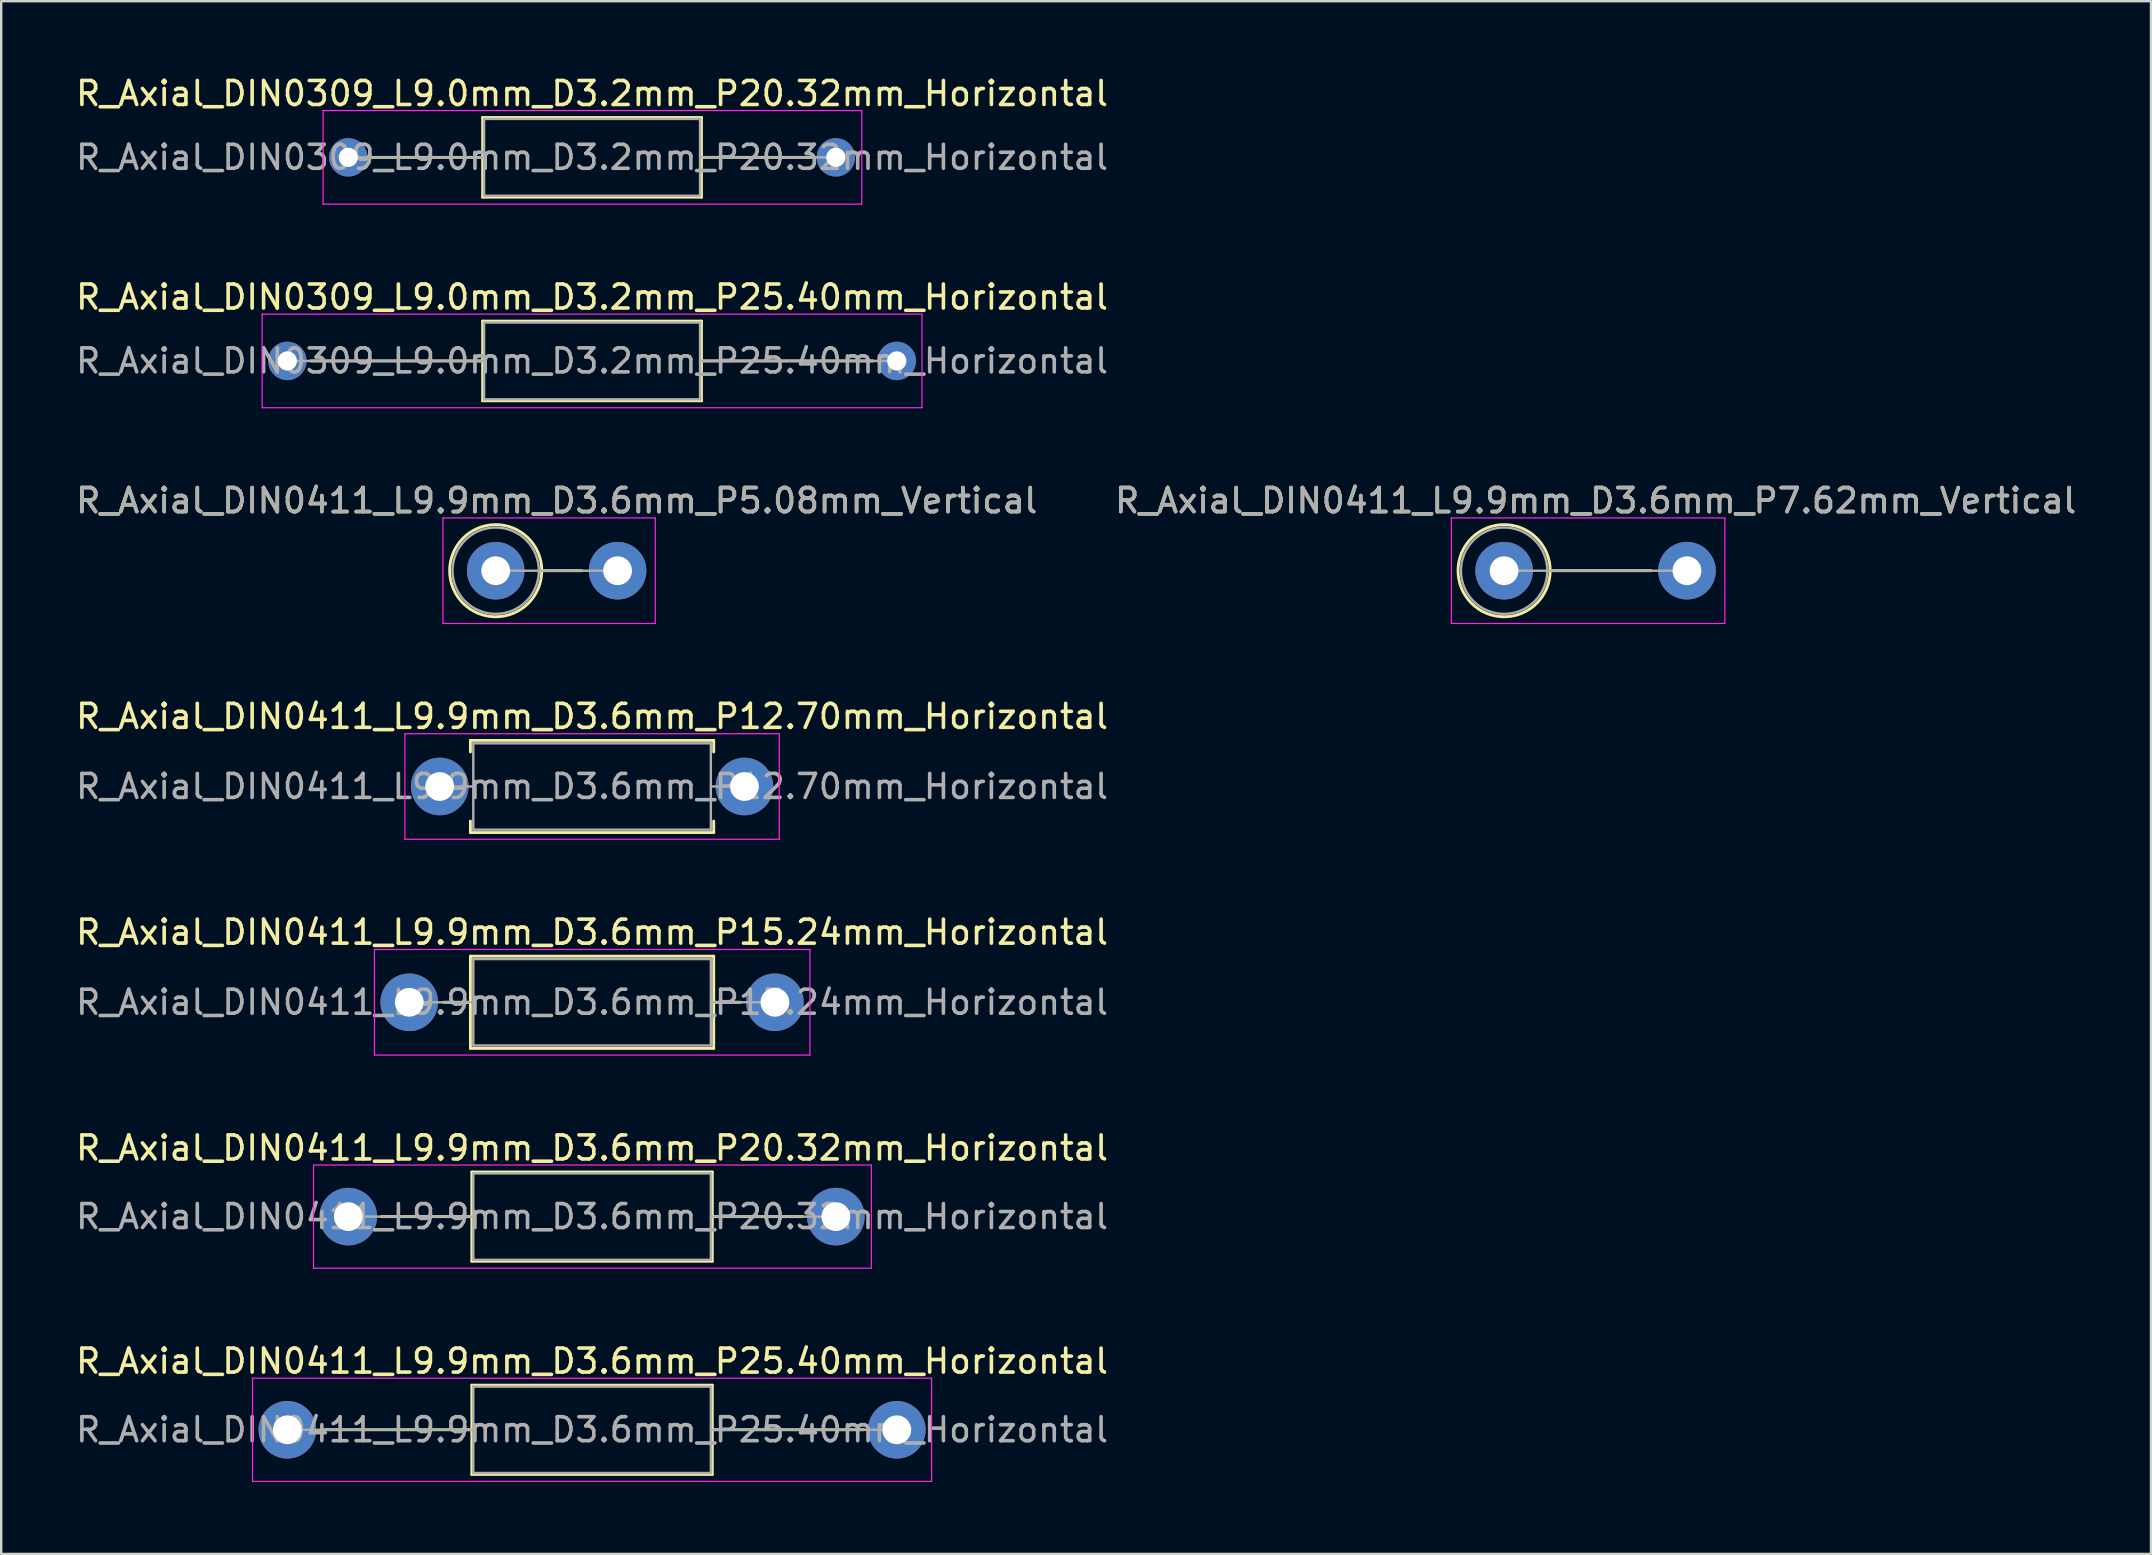
<source format=kicad_pcb>
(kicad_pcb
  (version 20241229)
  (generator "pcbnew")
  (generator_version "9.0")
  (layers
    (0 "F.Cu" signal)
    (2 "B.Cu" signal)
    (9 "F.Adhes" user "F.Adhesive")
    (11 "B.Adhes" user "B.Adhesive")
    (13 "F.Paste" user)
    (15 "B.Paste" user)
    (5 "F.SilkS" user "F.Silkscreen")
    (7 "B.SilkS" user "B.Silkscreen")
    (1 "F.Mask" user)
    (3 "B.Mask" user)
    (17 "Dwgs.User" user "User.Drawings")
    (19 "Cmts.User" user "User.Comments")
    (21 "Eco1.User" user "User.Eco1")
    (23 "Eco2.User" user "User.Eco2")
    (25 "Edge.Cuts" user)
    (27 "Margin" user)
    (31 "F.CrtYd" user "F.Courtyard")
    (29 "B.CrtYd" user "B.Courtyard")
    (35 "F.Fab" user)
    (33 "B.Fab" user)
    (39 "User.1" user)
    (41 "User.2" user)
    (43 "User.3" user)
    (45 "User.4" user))
  (footprint "R_Axial_DIN0309_L9.0mm_D3.2mm_P20.32mm_Horizontal"
    (layer "F.Cu")
    (at 11.465 3.508)
    (property "Reference" "R_Axial_DIN0309_L9.0mm_D3.2mm_P20.32mm_Horizontal" (at 10.16 -2.66 0) (layer "F.SilkS") (effects (font (size 1 1) (thickness 0.15))))
    (attr through_hole)
    (fp_line (start 0.98 0) (end 5.6 0) (stroke (width 0.12) (type solid)) (layer "F.SilkS"))
    (fp_line (start 5.6 -1.66) (end 5.6 1.66) (stroke (width 0.12) (type solid)) (layer "F.SilkS"))
    (fp_line (start 5.6 1.66) (end 14.72 1.66) (stroke (width 0.12) (type solid)) (layer "F.SilkS"))
    (fp_line (start 14.72 -1.66) (end 5.6 -1.66) (stroke (width 0.12) (type solid)) (layer "F.SilkS"))
    (fp_line (start 14.72 1.66) (end 14.72 -1.66) (stroke (width 0.12) (type solid)) (layer "F.SilkS"))
    (fp_line (start 19.34 0) (end 14.72 0) (stroke (width 0.12) (type solid)) (layer "F.SilkS"))
    (fp_line (start -1.05 -1.95) (end -1.05 1.95) (stroke (width 0.05) (type solid)) (layer "F.CrtYd"))
    (fp_line (start -1.05 1.95) (end 21.4 1.95) (stroke (width 0.05) (type solid)) (layer "F.CrtYd"))
    (fp_line (start 21.4 -1.95) (end -1.05 -1.95) (stroke (width 0.05) (type solid)) (layer "F.CrtYd"))
    (fp_line (start 21.4 1.95) (end 21.4 -1.95) (stroke (width 0.05) (type solid)) (layer "F.CrtYd"))
    (fp_line (start 0 0) (end 5.66 0) (stroke (width 0.1) (type solid)) (layer "F.Fab"))
    (fp_line (start 5.66 -1.6) (end 5.66 1.6) (stroke (width 0.1) (type solid)) (layer "F.Fab"))
    (fp_line (start 5.66 1.6) (end 14.66 1.6) (stroke (width 0.1) (type solid)) (layer "F.Fab"))
    (fp_line (start 14.66 -1.6) (end 5.66 -1.6) (stroke (width 0.1) (type solid)) (layer "F.Fab"))
    (fp_line (start 14.66 1.6) (end 14.66 -1.6) (stroke (width 0.1) (type solid)) (layer "F.Fab"))
    (fp_line (start 20.32 0) (end 14.66 0) (stroke (width 0.1) (type solid)) (layer "F.Fab"))
    (fp_text user "${REFERENCE}" (at 10.16 0 0) (layer "F.Fab") (effects (font (size 1 1) (thickness 0.15))))
    (pad "1" thru_hole circle (at 0 0) (size 1.6 1.6) (drill 0.8) (layers "*.Cu" "*.Mask"))
    (pad "2" thru_hole oval (at 20.32 0) (size 1.6 1.6) (drill 0.8) (layers "*.Cu" "*.Mask")))
  (footprint "R_Axial_DIN0309_L9.0mm_D3.2mm_P25.40mm_Horizontal"
    (layer "F.Cu")
    (at 8.925 11.992)
    (property "Reference" "R_Axial_DIN0309_L9.0mm_D3.2mm_P25.40mm_Horizontal" (at 12.7 -2.66 0) (layer "F.SilkS") (effects (font (size 1 1) (thickness 0.15))))
    (attr through_hole)
    (fp_line (start 0.98 0) (end 8.14 0) (stroke (width 0.12) (type solid)) (layer "F.SilkS"))
    (fp_line (start 8.14 -1.66) (end 8.14 1.66) (stroke (width 0.12) (type solid)) (layer "F.SilkS"))
    (fp_line (start 8.14 1.66) (end 17.26 1.66) (stroke (width 0.12) (type solid)) (layer "F.SilkS"))
    (fp_line (start 17.26 -1.66) (end 8.14 -1.66) (stroke (width 0.12) (type solid)) (layer "F.SilkS"))
    (fp_line (start 17.26 1.66) (end 17.26 -1.66) (stroke (width 0.12) (type solid)) (layer "F.SilkS"))
    (fp_line (start 24.42 0) (end 17.26 0) (stroke (width 0.12) (type solid)) (layer "F.SilkS"))
    (fp_line (start -1.05 -1.95) (end -1.05 1.95) (stroke (width 0.05) (type solid)) (layer "F.CrtYd"))
    (fp_line (start -1.05 1.95) (end 26.45 1.95) (stroke (width 0.05) (type solid)) (layer "F.CrtYd"))
    (fp_line (start 26.45 -1.95) (end -1.05 -1.95) (stroke (width 0.05) (type solid)) (layer "F.CrtYd"))
    (fp_line (start 26.45 1.95) (end 26.45 -1.95) (stroke (width 0.05) (type solid)) (layer "F.CrtYd"))
    (fp_line (start 0 0) (end 8.2 0) (stroke (width 0.1) (type solid)) (layer "F.Fab"))
    (fp_line (start 8.2 -1.6) (end 8.2 1.6) (stroke (width 0.1) (type solid)) (layer "F.Fab"))
    (fp_line (start 8.2 1.6) (end 17.2 1.6) (stroke (width 0.1) (type solid)) (layer "F.Fab"))
    (fp_line (start 17.2 -1.6) (end 8.2 -1.6) (stroke (width 0.1) (type solid)) (layer "F.Fab"))
    (fp_line (start 17.2 1.6) (end 17.2 -1.6) (stroke (width 0.1) (type solid)) (layer "F.Fab"))
    (fp_line (start 25.4 0) (end 17.2 0) (stroke (width 0.1) (type solid)) (layer "F.Fab"))
    (fp_text user "${REFERENCE}" (at 12.7 0 0) (layer "F.Fab") (effects (font (size 1 1) (thickness 0.15))))
    (pad "1" thru_hole circle (at 0 0) (size 1.6 1.6) (drill 0.8) (layers "*.Cu" "*.Mask"))
    (pad "2" thru_hole oval (at 25.4 0) (size 1.6 1.6) (drill 0.8) (layers "*.Cu" "*.Mask")))
  (footprint "R_Axial_DIN0411_L9.9mm_D3.6mm_P25.40mm_Horizontal"
    (layer "F.Cu")
    (at 8.925 56.538)
    (property "Reference" "R_Axial_DIN0411_L9.9mm_D3.6mm_P25.40mm_Horizontal" (at 12.7 -2.86 0) (layer "F.SilkS") (effects (font (size 1 1) (thickness 0.15))))
    (attr through_hole)
    (fp_line (start 1.38 0) (end 7.69 0) (stroke (width 0.12) (type solid)) (layer "F.SilkS"))
    (fp_line (start 7.69 -1.86) (end 7.69 1.86) (stroke (width 0.12) (type solid)) (layer "F.SilkS"))
    (fp_line (start 7.69 1.86) (end 17.71 1.86) (stroke (width 0.12) (type solid)) (layer "F.SilkS"))
    (fp_line (start 17.71 -1.86) (end 7.69 -1.86) (stroke (width 0.12) (type solid)) (layer "F.SilkS"))
    (fp_line (start 17.71 1.86) (end 17.71 -1.86) (stroke (width 0.12) (type solid)) (layer "F.SilkS"))
    (fp_line (start 24.02 0) (end 17.71 0) (stroke (width 0.12) (type solid)) (layer "F.SilkS"))
    (fp_line (start -1.45 -2.15) (end -1.45 2.15) (stroke (width 0.05) (type solid)) (layer "F.CrtYd"))
    (fp_line (start -1.45 2.15) (end 26.85 2.15) (stroke (width 0.05) (type solid)) (layer "F.CrtYd"))
    (fp_line (start 26.85 -2.15) (end -1.45 -2.15) (stroke (width 0.05) (type solid)) (layer "F.CrtYd"))
    (fp_line (start 26.85 2.15) (end 26.85 -2.15) (stroke (width 0.05) (type solid)) (layer "F.CrtYd"))
    (fp_line (start 0 0) (end 7.75 0) (stroke (width 0.1) (type solid)) (layer "F.Fab"))
    (fp_line (start 7.75 -1.8) (end 7.75 1.8) (stroke (width 0.1) (type solid)) (layer "F.Fab"))
    (fp_line (start 7.75 1.8) (end 17.65 1.8) (stroke (width 0.1) (type solid)) (layer "F.Fab"))
    (fp_line (start 17.65 -1.8) (end 7.75 -1.8) (stroke (width 0.1) (type solid)) (layer "F.Fab"))
    (fp_line (start 17.65 1.8) (end 17.65 -1.8) (stroke (width 0.1) (type solid)) (layer "F.Fab"))
    (fp_line (start 25.4 0) (end 17.65 0) (stroke (width 0.1) (type solid)) (layer "F.Fab"))
    (fp_text user "${REFERENCE}" (at 12.7 0 0) (layer "F.Fab") (effects (font (size 1 1) (thickness 0.15))))
    (pad "1" thru_hole circle (at 0 0) (size 2.4 2.4) (drill 1.2) (layers "*.Cu" "*.Mask"))
    (pad "2" thru_hole oval (at 25.4 0) (size 2.4 2.4) (drill 1.2) (layers "*.Cu" "*.Mask")))
  (footprint "R_Axial_DIN0411_L9.9mm_D3.6mm_P5.08mm_Vertical"
    (layer "F.Cu")
    (at 17.609 20.735)
    (property "Reference" "R_Axial_DIN0411_L9.9mm_D3.6mm_P5.08mm_Vertical" (at 2.54 -2.92 0) (layer "F.SilkS") (effects (font (size 1 1) (thickness 0.15))))
    (attr through_hole)
    (fp_line (start 1.92 0) (end 3.58 0) (stroke (width 0.12) (type solid)) (layer "F.SilkS"))
    (fp_circle (center 0 0) (end 1.92 0) (stroke (width 0.12) (type solid)) (fill no) (layer "F.SilkS"))
    (fp_line (start -2.2 -2.2) (end -2.2 2.2) (stroke (width 0.05) (type solid)) (layer "F.CrtYd"))
    (fp_line (start -2.2 2.2) (end 6.65 2.2) (stroke (width 0.05) (type solid)) (layer "F.CrtYd"))
    (fp_line (start 6.65 -2.2) (end -2.2 -2.2) (stroke (width 0.05) (type solid)) (layer "F.CrtYd"))
    (fp_line (start 6.65 2.2) (end 6.65 -2.2) (stroke (width 0.05) (type solid)) (layer "F.CrtYd"))
    (fp_line (start 0 0) (end 5.08 0) (stroke (width 0.1) (type solid)) (layer "F.Fab"))
    (fp_circle (center 0 0) (end 1.8 0) (stroke (width 0.1) (type solid)) (fill no) (layer "F.Fab"))
    (fp_text user "${REFERENCE}" (at 2.54 -2.92 0) (layer "F.Fab") (effects (font (size 1 1) (thickness 0.15))))
    (pad "1" thru_hole circle (at 0 0) (size 2.4 2.4) (drill 1.2) (layers "*.Cu" "*.Mask"))
    (pad "2" thru_hole oval (at 5.08 0) (size 2.4 2.4) (drill 1.2) (layers "*.Cu" "*.Mask")))
  (footprint "R_Axial_DIN0411_L9.9mm_D3.6mm_P15.24mm_Horizontal"
    (layer "F.Cu")
    (at 14.005 38.721)
    (property "Reference" "R_Axial_DIN0411_L9.9mm_D3.6mm_P15.24mm_Horizontal" (at 7.62 -2.92 0) (layer "F.SilkS") (effects (font (size 1 1) (thickness 0.15))))
    (attr through_hole)
    (fp_line (start 1.44 0) (end 2.55 0) (stroke (width 0.12) (type solid)) (layer "F.SilkS"))
    (fp_line (start 2.55 -1.92) (end 2.55 1.92) (stroke (width 0.12) (type solid)) (layer "F.SilkS"))
    (fp_line (start 2.55 1.92) (end 12.69 1.92) (stroke (width 0.12) (type solid)) (layer "F.SilkS"))
    (fp_line (start 12.69 -1.92) (end 2.55 -1.92) (stroke (width 0.12) (type solid)) (layer "F.SilkS"))
    (fp_line (start 12.69 1.92) (end 12.69 -1.92) (stroke (width 0.12) (type solid)) (layer "F.SilkS"))
    (fp_line (start 13.8 0) (end 12.69 0) (stroke (width 0.12) (type solid)) (layer "F.SilkS"))
    (fp_line (start -1.45 -2.2) (end -1.45 2.2) (stroke (width 0.05) (type solid)) (layer "F.CrtYd"))
    (fp_line (start -1.45 2.2) (end 16.7 2.2) (stroke (width 0.05) (type solid)) (layer "F.CrtYd"))
    (fp_line (start 16.7 -2.2) (end -1.45 -2.2) (stroke (width 0.05) (type solid)) (layer "F.CrtYd"))
    (fp_line (start 16.7 2.2) (end 16.7 -2.2) (stroke (width 0.05) (type solid)) (layer "F.CrtYd"))
    (fp_line (start 0 0) (end 2.67 0) (stroke (width 0.1) (type solid)) (layer "F.Fab"))
    (fp_line (start 2.67 -1.8) (end 2.67 1.8) (stroke (width 0.1) (type solid)) (layer "F.Fab"))
    (fp_line (start 2.67 1.8) (end 12.57 1.8) (stroke (width 0.1) (type solid)) (layer "F.Fab"))
    (fp_line (start 12.57 -1.8) (end 2.67 -1.8) (stroke (width 0.1) (type solid)) (layer "F.Fab"))
    (fp_line (start 12.57 1.8) (end 12.57 -1.8) (stroke (width 0.1) (type solid)) (layer "F.Fab"))
    (fp_line (start 15.24 0) (end 12.57 0) (stroke (width 0.1) (type solid)) (layer "F.Fab"))
    (fp_text user "${REFERENCE}" (at 7.62 0 0) (layer "F.Fab") (effects (font (size 1 1) (thickness 0.15))))
    (pad "1" thru_hole circle (at 0 0) (size 2.4 2.4) (drill 1.2) (layers "*.Cu" "*.Mask"))
    (pad "2" thru_hole oval (at 15.24 0) (size 2.4 2.4) (drill 1.2) (layers "*.Cu" "*.Mask")))
  (footprint "R_Axial_DIN0411_L9.9mm_D3.6mm_P20.32mm_Horizontal"
    (layer "F.Cu")
    (at 11.465 47.654)
    (property "Reference" "R_Axial_DIN0411_L9.9mm_D3.6mm_P20.32mm_Horizontal" (at 10.16 -2.86 0) (layer "F.SilkS") (effects (font (size 1 1) (thickness 0.15))))
    (attr through_hole)
    (fp_line (start 1.38 0) (end 5.15 0) (stroke (width 0.12) (type solid)) (layer "F.SilkS"))
    (fp_line (start 5.15 -1.86) (end 5.15 1.86) (stroke (width 0.12) (type solid)) (layer "F.SilkS"))
    (fp_line (start 5.15 1.86) (end 15.17 1.86) (stroke (width 0.12) (type solid)) (layer "F.SilkS"))
    (fp_line (start 15.17 -1.86) (end 5.15 -1.86) (stroke (width 0.12) (type solid)) (layer "F.SilkS"))
    (fp_line (start 15.17 1.86) (end 15.17 -1.86) (stroke (width 0.12) (type solid)) (layer "F.SilkS"))
    (fp_line (start 18.94 0) (end 15.17 0) (stroke (width 0.12) (type solid)) (layer "F.SilkS"))
    (fp_line (start -1.45 -2.15) (end -1.45 2.15) (stroke (width 0.05) (type solid)) (layer "F.CrtYd"))
    (fp_line (start -1.45 2.15) (end 21.8 2.15) (stroke (width 0.05) (type solid)) (layer "F.CrtYd"))
    (fp_line (start 21.8 -2.15) (end -1.45 -2.15) (stroke (width 0.05) (type solid)) (layer "F.CrtYd"))
    (fp_line (start 21.8 2.15) (end 21.8 -2.15) (stroke (width 0.05) (type solid)) (layer "F.CrtYd"))
    (fp_line (start 0 0) (end 5.21 0) (stroke (width 0.1) (type solid)) (layer "F.Fab"))
    (fp_line (start 5.21 -1.8) (end 5.21 1.8) (stroke (width 0.1) (type solid)) (layer "F.Fab"))
    (fp_line (start 5.21 1.8) (end 15.11 1.8) (stroke (width 0.1) (type solid)) (layer "F.Fab"))
    (fp_line (start 15.11 -1.8) (end 5.21 -1.8) (stroke (width 0.1) (type solid)) (layer "F.Fab"))
    (fp_line (start 15.11 1.8) (end 15.11 -1.8) (stroke (width 0.1) (type solid)) (layer "F.Fab"))
    (fp_line (start 20.32 0) (end 15.11 0) (stroke (width 0.1) (type solid)) (layer "F.Fab"))
    (fp_text user "${REFERENCE}" (at 10.16 0 0) (layer "F.Fab") (effects (font (size 1 1) (thickness 0.15))))
    (pad "1" thru_hole circle (at 0 0) (size 2.4 2.4) (drill 1.2) (layers "*.Cu" "*.Mask"))
    (pad "2" thru_hole oval (at 20.32 0) (size 2.4 2.4) (drill 1.2) (layers "*.Cu" "*.Mask")))
  (footprint "R_Axial_DIN0411_L9.9mm_D3.6mm_P7.62mm_Vertical"
    (layer "F.Cu")
    (at 59.636 20.735)
    (property "Reference" "R_Axial_DIN0411_L9.9mm_D3.6mm_P7.62mm_Vertical" (at 3.81 -2.92 0) (layer "F.SilkS") (effects (font (size 1 1) (thickness 0.15))))
    (attr through_hole)
    (fp_line (start 1.92 0) (end 6.12 0) (stroke (width 0.12) (type solid)) (layer "F.SilkS"))
    (fp_circle (center 0 0) (end 1.92 0) (stroke (width 0.12) (type solid)) (fill no) (layer "F.SilkS"))
    (fp_line (start -2.2 -2.2) (end -2.2 2.2) (stroke (width 0.05) (type solid)) (layer "F.CrtYd"))
    (fp_line (start -2.2 2.2) (end 9.2 2.2) (stroke (width 0.05) (type solid)) (layer "F.CrtYd"))
    (fp_line (start 9.2 -2.2) (end -2.2 -2.2) (stroke (width 0.05) (type solid)) (layer "F.CrtYd"))
    (fp_line (start 9.2 2.2) (end 9.2 -2.2) (stroke (width 0.05) (type solid)) (layer "F.CrtYd"))
    (fp_line (start 0 0) (end 7.62 0) (stroke (width 0.1) (type solid)) (layer "F.Fab"))
    (fp_circle (center 0 0) (end 1.8 0) (stroke (width 0.1) (type solid)) (fill no) (layer "F.Fab"))
    (fp_text user "${REFERENCE}" (at 3.81 -2.92 0) (layer "F.Fab") (effects (font (size 1 1) (thickness 0.15))))
    (pad "1" thru_hole circle (at 0 0) (size 2.4 2.4) (drill 1.2) (layers "*.Cu" "*.Mask"))
    (pad "2" thru_hole oval (at 7.62 0) (size 2.4 2.4) (drill 1.2) (layers "*.Cu" "*.Mask")))
  (footprint "R_Axial_DIN0411_L9.9mm_D3.6mm_P12.70mm_Horizontal"
    (layer "F.Cu")
    (at 15.275 29.728)
    (property "Reference" "R_Axial_DIN0411_L9.9mm_D3.6mm_P12.70mm_Horizontal" (at 6.35 -2.92 0) (layer "F.SilkS") (effects (font (size 1 1) (thickness 0.15))))
    (attr through_hole)
    (fp_line (start 1.28 -1.92) (end 11.42 -1.92) (stroke (width 0.12) (type solid)) (layer "F.SilkS"))
    (fp_line (start 1.28 -1.44) (end 1.28 -1.92) (stroke (width 0.12) (type solid)) (layer "F.SilkS"))
    (fp_line (start 1.28 1.44) (end 1.28 1.92) (stroke (width 0.12) (type solid)) (layer "F.SilkS"))
    (fp_line (start 1.28 1.92) (end 11.42 1.92) (stroke (width 0.12) (type solid)) (layer "F.SilkS"))
    (fp_line (start 11.42 -1.92) (end 11.42 -1.44) (stroke (width 0.12) (type solid)) (layer "F.SilkS"))
    (fp_line (start 11.42 1.92) (end 11.42 1.44) (stroke (width 0.12) (type solid)) (layer "F.SilkS"))
    (fp_line (start -1.45 -2.2) (end -1.45 2.2) (stroke (width 0.05) (type solid)) (layer "F.CrtYd"))
    (fp_line (start -1.45 2.2) (end 14.15 2.2) (stroke (width 0.05) (type solid)) (layer "F.CrtYd"))
    (fp_line (start 14.15 -2.2) (end -1.45 -2.2) (stroke (width 0.05) (type solid)) (layer "F.CrtYd"))
    (fp_line (start 14.15 2.2) (end 14.15 -2.2) (stroke (width 0.05) (type solid)) (layer "F.CrtYd"))
    (fp_line (start 0 0) (end 1.4 0) (stroke (width 0.1) (type solid)) (layer "F.Fab"))
    (fp_line (start 1.4 -1.8) (end 1.4 1.8) (stroke (width 0.1) (type solid)) (layer "F.Fab"))
    (fp_line (start 1.4 1.8) (end 11.3 1.8) (stroke (width 0.1) (type solid)) (layer "F.Fab"))
    (fp_line (start 11.3 -1.8) (end 1.4 -1.8) (stroke (width 0.1) (type solid)) (layer "F.Fab"))
    (fp_line (start 11.3 1.8) (end 11.3 -1.8) (stroke (width 0.1) (type solid)) (layer "F.Fab"))
    (fp_line (start 12.7 0) (end 11.3 0) (stroke (width 0.1) (type solid)) (layer "F.Fab"))
    (fp_text user "${REFERENCE}" (at 6.35 0 0) (layer "F.Fab") (effects (font (size 1 1) (thickness 0.15))))
    (pad "1" thru_hole circle (at 0 0) (size 2.4 2.4) (drill 1.2) (layers "*.Cu" "*.Mask"))
    (pad "2" thru_hole oval (at 12.7 0) (size 2.4 2.4) (drill 1.2) (layers "*.Cu" "*.Mask")))
  (gr_rect
    (start -3 -3)
    (end 86.595 61.713)
    (stroke (width 0.1) (type default))
    (fill no)
    (layer "Edge.Cuts")))
</source>
